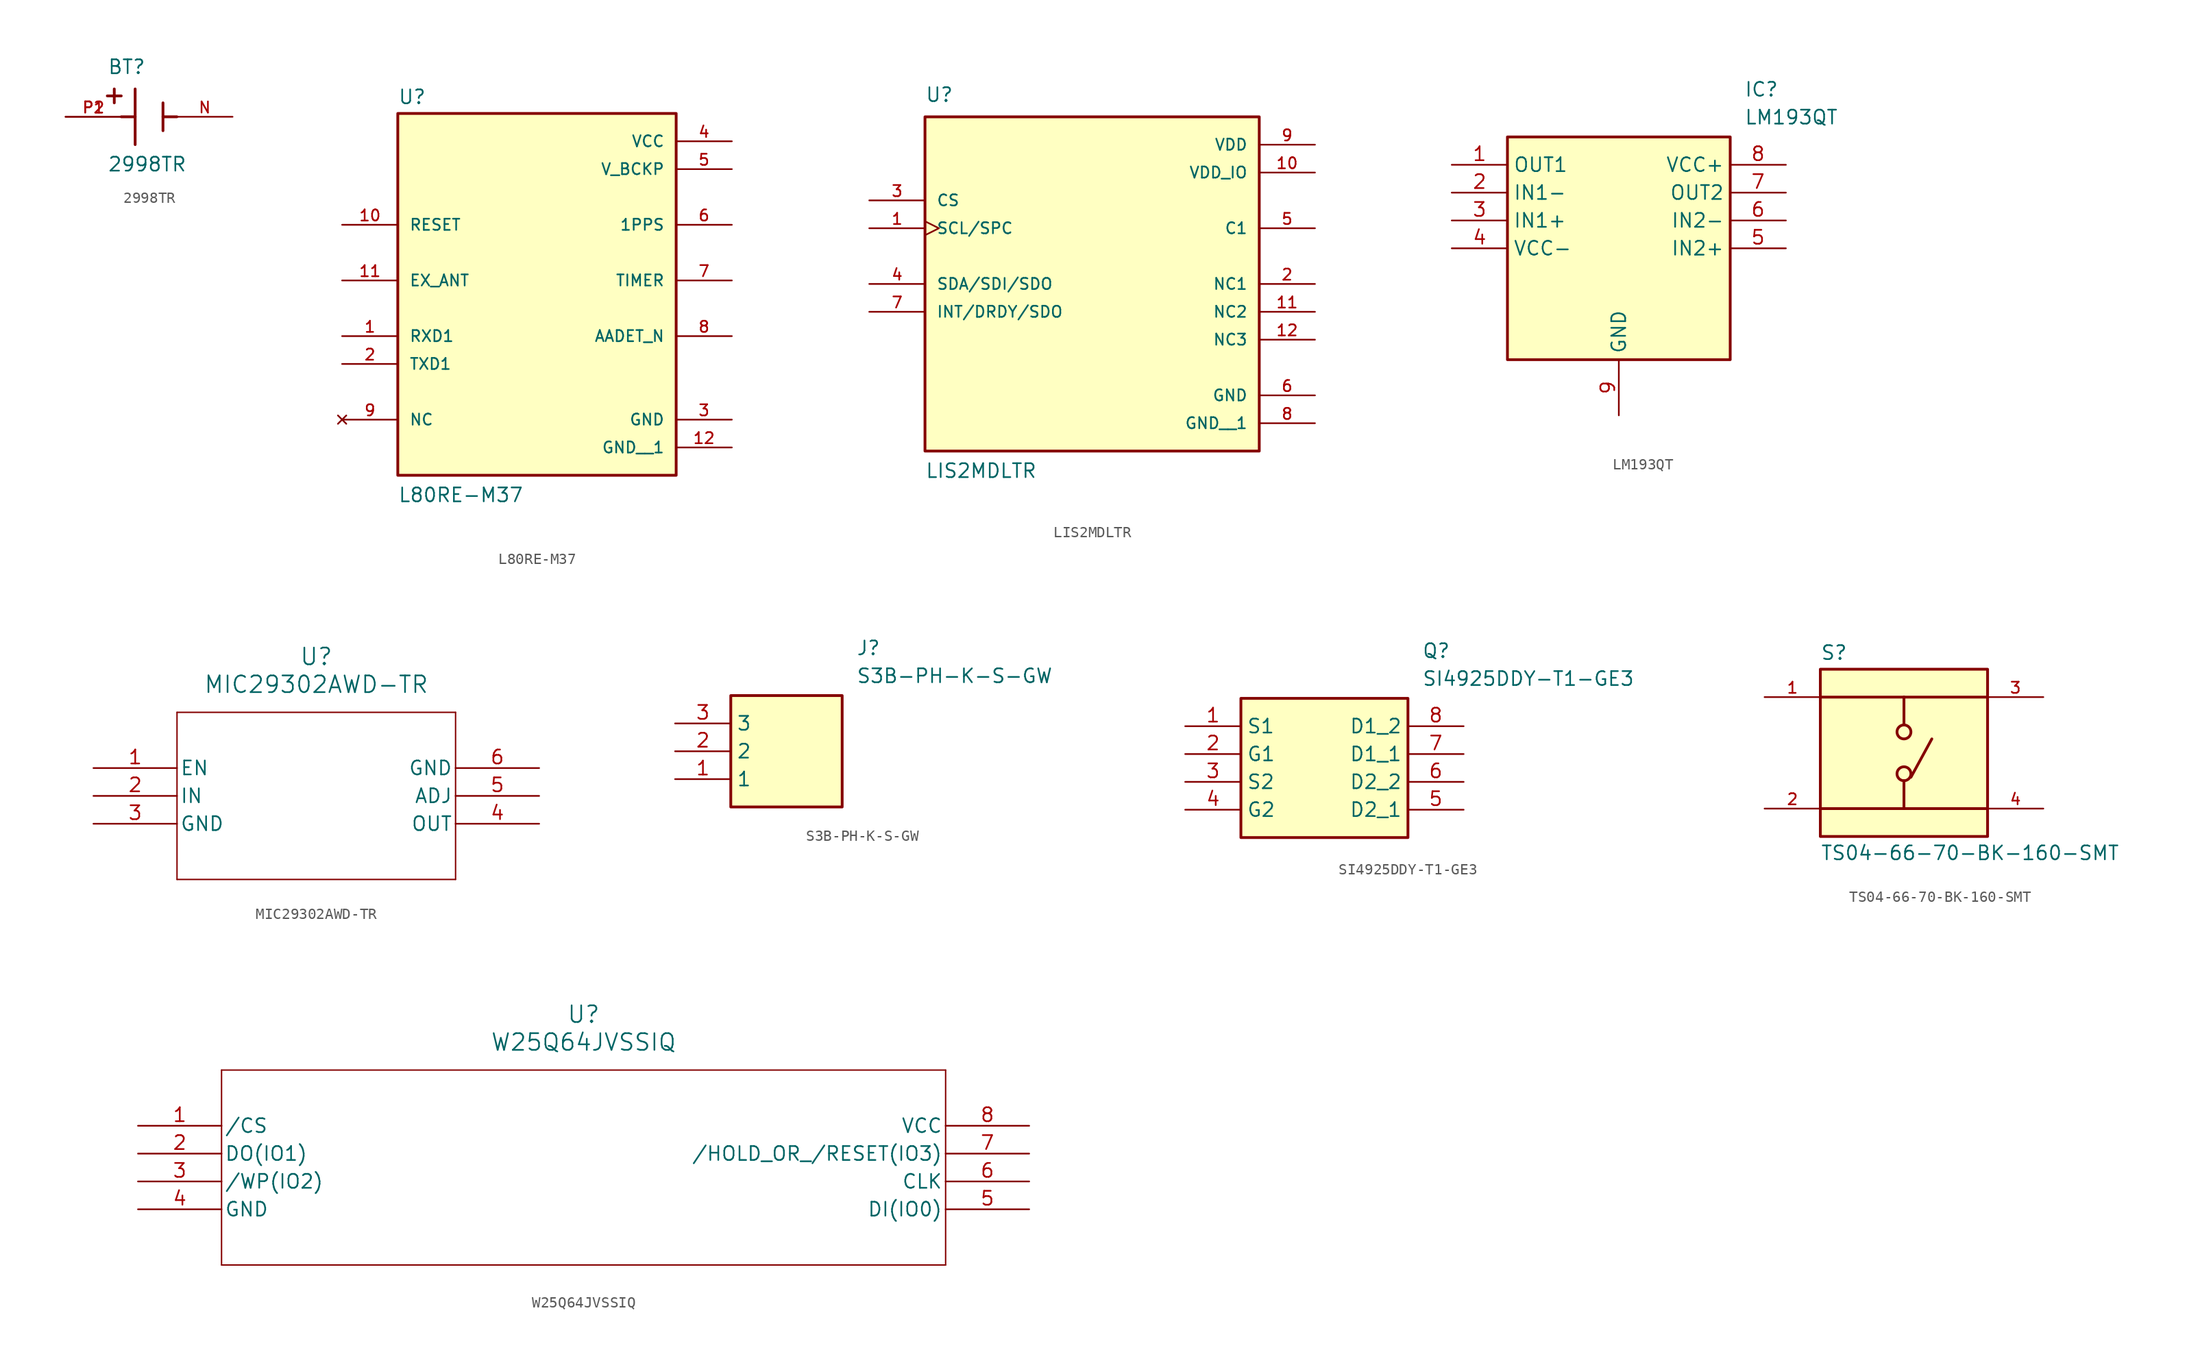
<source format=kicad_sym>
(kicad_symbol_lib
  (version 20241209)
  (generator "kicad_symbol_editor")
  (generator_version "9.0")
  (symbol "2998TR"
    (pin_names
      (offset 1.016))
    (property "Reference" "BT"
      (at -3.81 3.81 0)
      (effects (font (size 1.27 1.27)) (justify left bottom)))
    (property "Value" "2998TR"
      (at -3.81 -5.08 0)
      (effects (font (size 1.27 1.27)) (justify left bottom)))
    (symbol "2998TR_0_0"
      (polyline (pts (xy -3.81 1.905) (xy -2.54 1.905)) (stroke (width 0.254) (type default)) (fill (type none)))
      (polyline (pts (xy -3.175 2.54) (xy -3.175 1.27)) (stroke (width 0.254) (type default)) (fill (type none)))
      (polyline (pts (xy -1.27 2.54) (xy -1.27 -2.54)) (stroke (width 0.254) (type default)) (fill (type none)))
      (polyline (pts (xy -1.27 0) (xy -2.54 0)) (stroke (width 0.254) (type default)) (fill (type none)))
      (polyline (pts (xy 1.27 1.27) (xy 1.27 -1.27)) (stroke (width 0.254) (type default)) (fill (type none)))
      (polyline (pts (xy 1.27 0) (xy 2.54 0)) (stroke (width 0.254) (type default)) (fill (type none)))
      (pin passive line (at -7.62 0 0) (length 5.08) (name "~" (effects (font (size 1.016 1.016)))) (number "P1" (effects (font (size 1.016 1.016)))))
      (pin passive line (at -7.62 0 0) (length 5.08) (name "~" (effects (font (size 1.016 1.016)))) (number "P2" (effects (font (size 1.016 1.016)))))
      (pin passive line (at 7.62 0 180) (length 5.08) (name "~" (effects (font (size 1.016 1.016)))) (number "N" (effects (font (size 1.016 1.016)))))))
  (symbol "L80RE-M37"
    (pin_names
      (offset 1.016))
    (property "Reference" "U"
      (at -12.7 16.002 0)
      (effects (font (size 1.27 1.27)) (justify left bottom)))
    (property "Value" "L80RE-M37"
      (at -12.7 -20.32 0)
      (effects (font (size 1.27 1.27)) (justify left bottom)))
    (symbol "L80RE-M37_0_0"
      (rectangle (start -12.7 -17.78) (end 12.7 15.24) (stroke (width 0.254) (type default)) (fill (type background)))
      (pin input line (at -17.78 5.08 0) (length 5.08) (name "RESET" (effects (font (size 1.016 1.016)))) (number "10" (effects (font (size 1.016 1.016)))))
      (pin input line (at -17.78 0 0) (length 5.08) (name "EX_ANT" (effects (font (size 1.016 1.016)))) (number "11" (effects (font (size 1.016 1.016)))))
      (pin input line (at -17.78 -5.08 0) (length 5.08) (name "RXD1" (effects (font (size 1.016 1.016)))) (number "1" (effects (font (size 1.016 1.016)))))
      (pin output line (at -17.78 -7.62 0) (length 5.08) (name "TXD1" (effects (font (size 1.016 1.016)))) (number "2" (effects (font (size 1.016 1.016)))))
      (pin no_connect line (at -17.78 -12.7 0) (length 5.08) (name "NC" (effects (font (size 1.016 1.016)))) (number "9" (effects (font (size 1.016 1.016)))))
      (pin power_in line (at 17.78 12.7 180) (length 5.08) (name "VCC" (effects (font (size 1.016 1.016)))) (number "4" (effects (font (size 1.016 1.016)))))
      (pin power_in line (at 17.78 10.16 180) (length 5.08) (name "V_BCKP" (effects (font (size 1.016 1.016)))) (number "5" (effects (font (size 1.016 1.016)))))
      (pin output line (at 17.78 5.08 180) (length 5.08) (name "1PPS" (effects (font (size 1.016 1.016)))) (number "6" (effects (font (size 1.016 1.016)))))
      (pin output line (at 17.78 0 180) (length 5.08) (name "TIMER" (effects (font (size 1.016 1.016)))) (number "7" (effects (font (size 1.016 1.016)))))
      (pin bidirectional line (at 17.78 -5.08 180) (length 5.08) (name "AADET_N" (effects (font (size 1.016 1.016)))) (number "8" (effects (font (size 1.016 1.016)))))
      (pin power_in line (at 17.78 -12.7 180) (length 5.08) (name "GND" (effects (font (size 1.016 1.016)))) (number "3" (effects (font (size 1.016 1.016)))))
      (pin power_in line (at 17.78 -15.24 180) (length 5.08) (name "GND__1" (effects (font (size 1.016 1.016)))) (number "12" (effects (font (size 1.016 1.016)))))))
  (symbol "LIS2MDLTR"
    (pin_names
      (offset 1.016))
    (property "Reference" "U"
      (at -15.24 13.97 0)
      (effects (font (size 1.27 1.27)) (justify left bottom)))
    (property "Value" "LIS2MDLTR"
      (at -15.24 -20.32 0)
      (effects (font (size 1.27 1.27)) (justify left bottom)))
    (symbol "LIS2MDLTR_0_0"
      (rectangle (start -15.24 -17.78) (end 15.24 12.7) (stroke (width 0.254) (type default)) (fill (type background)))
      (pin input line (at -20.32 5.08 0) (length 5.08) (name "CS" (effects (font (size 1.016 1.016)))) (number "3" (effects (font (size 1.016 1.016)))))
      (pin input clock (at -20.32 2.54 0) (length 5.08) (name "SCL/SPC" (effects (font (size 1.016 1.016)))) (number "1" (effects (font (size 1.016 1.016)))))
      (pin bidirectional line (at -20.32 -2.54 0) (length 5.08) (name "SDA/SDI/SDO" (effects (font (size 1.016 1.016)))) (number "4" (effects (font (size 1.016 1.016)))))
      (pin bidirectional line (at -20.32 -5.08 0) (length 5.08) (name "INT/DRDY/SDO" (effects (font (size 1.016 1.016)))) (number "7" (effects (font (size 1.016 1.016)))))
      (pin power_in line (at 20.32 10.16 180) (length 5.08) (name "VDD" (effects (font (size 1.016 1.016)))) (number "9" (effects (font (size 1.016 1.016)))))
      (pin power_in line (at 20.32 7.62 180) (length 5.08) (name "VDD_IO" (effects (font (size 1.016 1.016)))) (number "10" (effects (font (size 1.016 1.016)))))
      (pin passive line (at 20.32 2.54 180) (length 5.08) (name "C1" (effects (font (size 1.016 1.016)))) (number "5" (effects (font (size 1.016 1.016)))))
      (pin passive line (at 20.32 -2.54 180) (length 5.08) (name "NC1" (effects (font (size 1.016 1.016)))) (number "2" (effects (font (size 1.016 1.016)))))
      (pin passive line (at 20.32 -5.08 180) (length 5.08) (name "NC2" (effects (font (size 1.016 1.016)))) (number "11" (effects (font (size 1.016 1.016)))))
      (pin passive line (at 20.32 -7.62 180) (length 5.08) (name "NC3" (effects (font (size 1.016 1.016)))) (number "12" (effects (font (size 1.016 1.016)))))
      (pin power_in line (at 20.32 -12.7 180) (length 5.08) (name "GND" (effects (font (size 1.016 1.016)))) (number "6" (effects (font (size 1.016 1.016)))))
      (pin power_in line (at 20.32 -15.24 180) (length 5.08) (name "GND__1" (effects (font (size 1.016 1.016)))) (number "8" (effects (font (size 1.016 1.016)))))))
  (symbol "LM193QT"
    (property "Reference" "IC"
      (at 26.67 7.62 0)
      (effects (font (size 1.27 1.27)) (justify left top)))
    (property "Value" "LM193QT"
      (at 26.67 5.08 0)
      (effects (font (size 1.27 1.27)) (justify left top)))
    (symbol "LM193QT_1_1"
      (rectangle (start 5.08 2.54) (end 25.4 -17.78) (stroke (width 0.254) (type default)) (fill (type background)))
      (pin passive line (at 0 0 0) (length 5.08) (name "OUT1" (effects (font (size 1.27 1.27)))) (number "1" (effects (font (size 1.27 1.27)))))
      (pin passive line (at 0 -2.54 0) (length 5.08) (name "IN1-" (effects (font (size 1.27 1.27)))) (number "2" (effects (font (size 1.27 1.27)))))
      (pin passive line (at 0 -5.08 0) (length 5.08) (name "IN1+" (effects (font (size 1.27 1.27)))) (number "3" (effects (font (size 1.27 1.27)))))
      (pin passive line (at 0 -7.62 0) (length 5.08) (name "VCC-" (effects (font (size 1.27 1.27)))) (number "4" (effects (font (size 1.27 1.27)))))
      (pin passive line (at 15.24 -22.86 90) (length 5.08) (name "GND" (effects (font (size 1.27 1.27)))) (number "9" (effects (font (size 1.27 1.27)))))
      (pin passive line (at 30.48 0 180) (length 5.08) (name "VCC+" (effects (font (size 1.27 1.27)))) (number "8" (effects (font (size 1.27 1.27)))))
      (pin passive line (at 30.48 -2.54 180) (length 5.08) (name "OUT2" (effects (font (size 1.27 1.27)))) (number "7" (effects (font (size 1.27 1.27)))))
      (pin passive line (at 30.48 -5.08 180) (length 5.08) (name "IN2-" (effects (font (size 1.27 1.27)))) (number "6" (effects (font (size 1.27 1.27)))))
      (pin passive line (at 30.48 -7.62 180) (length 5.08) (name "IN2+" (effects (font (size 1.27 1.27)))) (number "5" (effects (font (size 1.27 1.27)))))))
  (symbol "MIC29302AWD-TR"
    (pin_names
      (offset 0.254))
    (property "Reference" "U"
      (at 20.32 10.16 0)
      (effects (font (size 1.524 1.524))))
    (property "Value" "MIC29302AWD-TR"
      (at 20.32 7.62 0)
      (effects (font (size 1.524 1.524))))
    (property "ki_locked" ""
      (at 0 0 0)
      (effects (font (size 1.27 1.27))))
    (symbol "MIC29302AWD-TR_0_1"
      (polyline (pts (xy 7.62 5.08) (xy 7.62 -10.16)) (stroke (width 0.127) (type default)) (fill (type none)))
      (polyline (pts (xy 7.62 -10.16) (xy 33.02 -10.16)) (stroke (width 0.127) (type default)) (fill (type none)))
      (polyline (pts (xy 33.02 5.08) (xy 7.62 5.08)) (stroke (width 0.127) (type default)) (fill (type none)))
      (polyline (pts (xy 33.02 -10.16) (xy 33.02 5.08)) (stroke (width 0.127) (type default)) (fill (type none)))
      (pin input line (at 0 0 0) (length 7.62) (name "EN" (effects (font (size 1.27 1.27)))) (number "1" (effects (font (size 1.27 1.27)))))
      (pin input line (at 0 -2.54 0) (length 7.62) (name "IN" (effects (font (size 1.27 1.27)))) (number "2" (effects (font (size 1.27 1.27)))))
      (pin power_out line (at 0 -5.08 0) (length 7.62) (name "GND" (effects (font (size 1.27 1.27)))) (number "3" (effects (font (size 1.27 1.27)))))
      (pin power_out line (at 40.64 0 180) (length 7.62) (name "GND" (effects (font (size 1.27 1.27)))) (number "6" (effects (font (size 1.27 1.27)))))
      (pin unspecified line (at 40.64 -2.54 180) (length 7.62) (name "ADJ" (effects (font (size 1.27 1.27)))) (number "5" (effects (font (size 1.27 1.27)))))
      (pin output line (at 40.64 -5.08 180) (length 7.62) (name "OUT" (effects (font (size 1.27 1.27)))) (number "4" (effects (font (size 1.27 1.27)))))))
  (symbol "S3B-PH-K-S-GW"
    (property "Reference" "J"
      (at 16.51 7.62 0)
      (effects (font (size 1.27 1.27)) (justify left top)))
    (property "Value" "S3B-PH-K-S-GW"
      (at 16.51 5.08 0)
      (effects (font (size 1.27 1.27)) (justify left top)))
    (symbol "S3B-PH-K-S-GW_1_1"
      (rectangle (start 5.08 2.54) (end 15.24 -7.62) (stroke (width 0.254) (type default)) (fill (type background)))
      (pin passive line (at 0 0 0) (length 5.08) (name "3" (effects (font (size 1.27 1.27)))) (number "3" (effects (font (size 1.27 1.27)))))
      (pin passive line (at 0 -2.54 0) (length 5.08) (name "2" (effects (font (size 1.27 1.27)))) (number "2" (effects (font (size 1.27 1.27)))))
      (pin passive line (at 0 -5.08 0) (length 5.08) (name "1" (effects (font (size 1.27 1.27)))) (number "1" (effects (font (size 1.27 1.27)))))))
  (symbol "SI4925DDY-T1-GE3"
    (property "Reference" "Q"
      (at 21.59 7.62 0)
      (effects (font (size 1.27 1.27)) (justify left top)))
    (property "Value" "SI4925DDY-T1-GE3"
      (at 21.59 5.08 0)
      (effects (font (size 1.27 1.27)) (justify left top)))
    (symbol "SI4925DDY-T1-GE3_1_1"
      (rectangle (start 5.08 2.54) (end 20.32 -10.16) (stroke (width 0.254) (type default)) (fill (type background)))
      (pin passive line (at 0 0 0) (length 5.08) (name "S1" (effects (font (size 1.27 1.27)))) (number "1" (effects (font (size 1.27 1.27)))))
      (pin passive line (at 0 -2.54 0) (length 5.08) (name "G1" (effects (font (size 1.27 1.27)))) (number "2" (effects (font (size 1.27 1.27)))))
      (pin passive line (at 0 -5.08 0) (length 5.08) (name "S2" (effects (font (size 1.27 1.27)))) (number "3" (effects (font (size 1.27 1.27)))))
      (pin passive line (at 0 -7.62 0) (length 5.08) (name "G2" (effects (font (size 1.27 1.27)))) (number "4" (effects (font (size 1.27 1.27)))))
      (pin passive line (at 25.4 0 180) (length 5.08) (name "D1_2" (effects (font (size 1.27 1.27)))) (number "8" (effects (font (size 1.27 1.27)))))
      (pin passive line (at 25.4 -2.54 180) (length 5.08) (name "D1_1" (effects (font (size 1.27 1.27)))) (number "7" (effects (font (size 1.27 1.27)))))
      (pin passive line (at 25.4 -5.08 180) (length 5.08) (name "D2_2" (effects (font (size 1.27 1.27)))) (number "6" (effects (font (size 1.27 1.27)))))
      (pin passive line (at 25.4 -7.62 180) (length 5.08) (name "D2_1" (effects (font (size 1.27 1.27)))) (number "5" (effects (font (size 1.27 1.27)))))))
  (symbol "TS04-66-70-BK-160-SMT"
    (pin_names
      (offset 1.016))
    (property "Reference" "S"
      (at -7.62 8.382 0)
      (effects (font (size 1.27 1.27)) (justify left bottom)))
    (property "Value" "TS04-66-70-BK-160-SMT"
      (at -7.62 -8.382 0)
      (effects (font (size 1.27 1.27)) (justify left top)))
    (symbol "TS04-66-70-BK-160-SMT_0_0"
      (rectangle (start -7.62 -7.62) (end 7.62 7.62) (stroke (width 0.254) (type default)) (fill (type background)))
      (polyline (pts (xy 0 5.08) (xy -7.62 5.08)) (stroke (width 0.254) (type default)) (fill (type none)))
      (polyline (pts (xy 0 5.08) (xy 0 2.54)) (stroke (width 0.254) (type default)) (fill (type none)))
      (polyline (pts (xy 0 5.08) (xy 7.62 5.08)) (stroke (width 0.254) (type default)) (fill (type none)))
      (circle (center 0 1.905) (radius 0.635) (stroke (width 0.254) (type default)) (fill (type none)))
      (circle (center 0 -1.905) (radius 0.635) (stroke (width 0.254) (type default)) (fill (type none)))
      (polyline (pts (xy 0 -2.54) (xy 0 -5.08)) (stroke (width 0.254) (type default)) (fill (type none)))
      (polyline (pts (xy 0 -5.08) (xy -7.62 -5.08)) (stroke (width 0.254) (type default)) (fill (type none)))
      (polyline (pts (xy 0 -5.08) (xy 7.62 -5.08)) (stroke (width 0.254) (type default)) (fill (type none)))
      (polyline (pts (xy 0.635 -2.223) (xy 2.54 1.27)) (stroke (width 0.254) (type default)) (fill (type none)))
      (pin passive line (at -12.7 5.08 0) (length 5.08) (name "~" (effects (font (size 1.016 1.016)))) (number "1" (effects (font (size 1.016 1.016)))))
      (pin passive line (at -12.7 -5.08 0) (length 5.08) (name "~" (effects (font (size 1.016 1.016)))) (number "2" (effects (font (size 1.016 1.016)))))
      (pin passive line (at 12.7 5.08 180) (length 5.08) (name "~" (effects (font (size 1.016 1.016)))) (number "3" (effects (font (size 1.016 1.016)))))
      (pin passive line (at 12.7 -5.08 180) (length 5.08) (name "~" (effects (font (size 1.016 1.016)))) (number "4" (effects (font (size 1.016 1.016)))))))
  (symbol "W25Q64JVSSIQ"
    (pin_names
      (offset 0.254))
    (property "Reference" "U"
      (at 40.64 10.16 0)
      (effects (font (size 1.524 1.524))))
    (property "Value" "W25Q64JVSSIQ"
      (at 40.64 7.62 0)
      (effects (font (size 1.524 1.524))))
    (symbol "W25Q64JVSSIQ_0_1"
      (polyline (pts (xy 7.62 5.08) (xy 7.62 -12.7)) (stroke (width 0.127) (type default)) (fill (type none)))
      (polyline (pts (xy 7.62 -12.7) (xy 73.66 -12.7)) (stroke (width 0.127) (type default)) (fill (type none)))
      (polyline (pts (xy 73.66 5.08) (xy 7.62 5.08)) (stroke (width 0.127) (type default)) (fill (type none)))
      (polyline (pts (xy 73.66 -12.7) (xy 73.66 5.08)) (stroke (width 0.127) (type default)) (fill (type none)))
      (pin unspecified line (at 0 0 0) (length 7.62) (name "/CS" (effects (font (size 1.27 1.27)))) (number "1" (effects (font (size 1.27 1.27)))))
      (pin unspecified line (at 0 -2.54 0) (length 7.62) (name "DO(IO1)" (effects (font (size 1.27 1.27)))) (number "2" (effects (font (size 1.27 1.27)))))
      (pin unspecified line (at 0 -5.08 0) (length 7.62) (name "/WP(IO2)" (effects (font (size 1.27 1.27)))) (number "3" (effects (font (size 1.27 1.27)))))
      (pin power_out line (at 0 -7.62 0) (length 7.62) (name "GND" (effects (font (size 1.27 1.27)))) (number "4" (effects (font (size 1.27 1.27)))))
      (pin power_in line (at 81.28 0 180) (length 7.62) (name "VCC" (effects (font (size 1.27 1.27)))) (number "8" (effects (font (size 1.27 1.27)))))
      (pin unspecified line (at 81.28 -2.54 180) (length 7.62) (name "/HOLD_OR_/RESET(IO3)" (effects (font (size 1.27 1.27)))) (number "7" (effects (font (size 1.27 1.27)))))
      (pin unspecified line (at 81.28 -5.08 180) (length 7.62) (name "CLK" (effects (font (size 1.27 1.27)))) (number "6" (effects (font (size 1.27 1.27)))))
      (pin unspecified line (at 81.28 -7.62 180) (length 7.62) (name "DI(IO0)" (effects (font (size 1.27 1.27)))) (number "5" (effects (font (size 1.27 1.27))))))))
</source>
